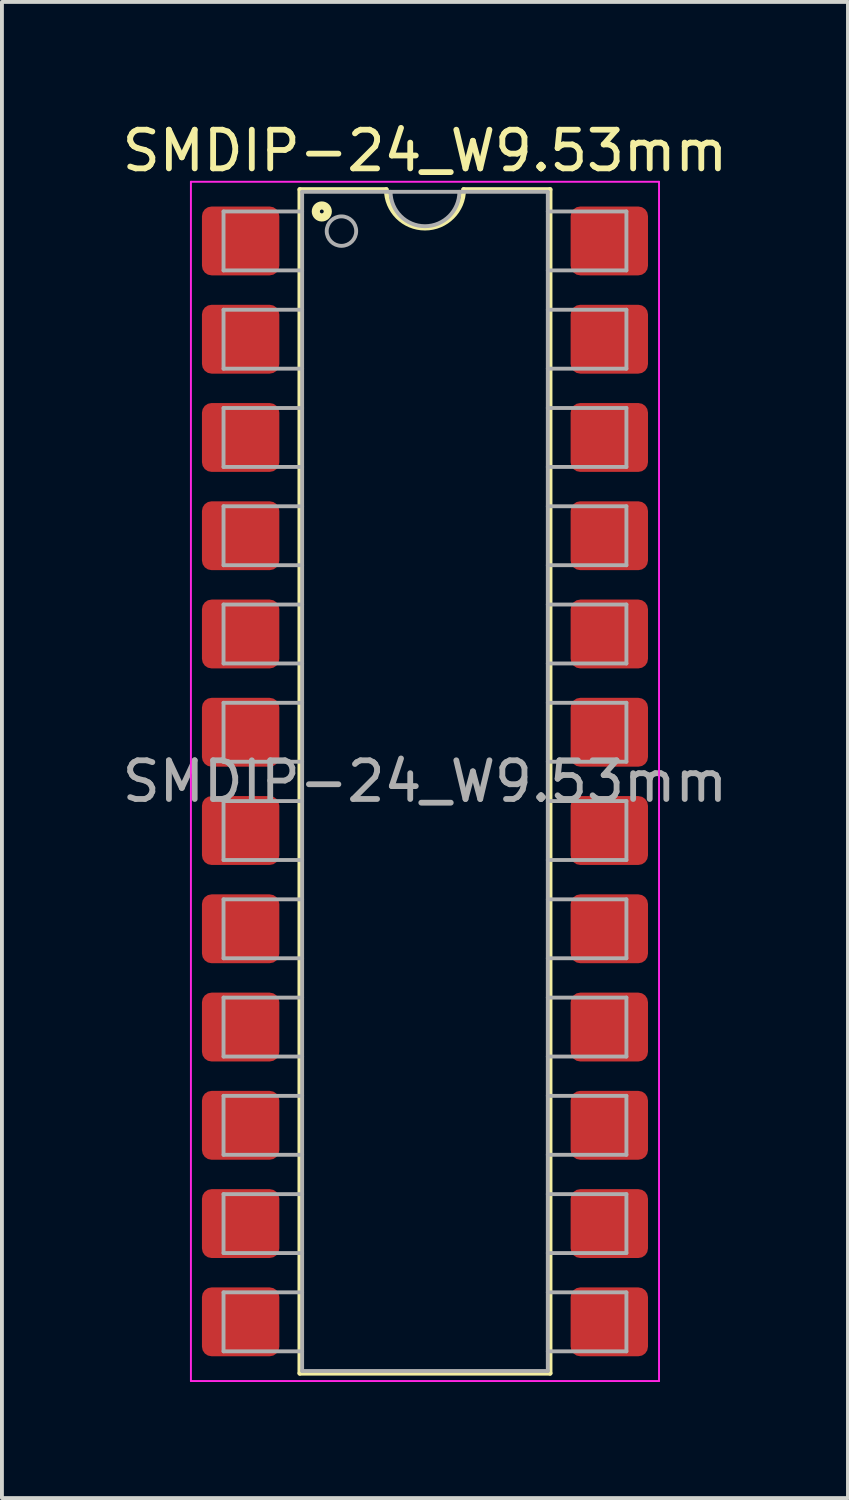
<source format=kicad_pcb>
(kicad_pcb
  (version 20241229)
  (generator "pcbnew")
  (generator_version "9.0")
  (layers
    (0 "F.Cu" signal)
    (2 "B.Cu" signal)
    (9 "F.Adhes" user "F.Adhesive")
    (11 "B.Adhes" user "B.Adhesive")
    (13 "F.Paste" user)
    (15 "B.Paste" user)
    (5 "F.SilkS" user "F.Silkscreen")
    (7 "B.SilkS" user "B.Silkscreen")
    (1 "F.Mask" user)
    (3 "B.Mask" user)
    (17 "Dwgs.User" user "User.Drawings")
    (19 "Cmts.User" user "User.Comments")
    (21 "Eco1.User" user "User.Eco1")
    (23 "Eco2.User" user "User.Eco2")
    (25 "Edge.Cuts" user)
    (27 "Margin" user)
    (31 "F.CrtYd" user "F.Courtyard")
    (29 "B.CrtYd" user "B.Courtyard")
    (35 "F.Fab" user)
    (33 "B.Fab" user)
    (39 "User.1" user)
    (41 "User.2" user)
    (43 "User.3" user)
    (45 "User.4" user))
  (footprint "SMDIP-24_W9.53mm"
    (layer "F.Cu")
    (at 7.935 17.148)
    (property "Reference" "SMDIP-24_W9.53mm" (at 0 -16.3 0) (layer "F.SilkS") (effects (font (size 1 1) (thickness 0.15))))
    (attr smd)
    (fp_line (start -3.235 -15.3) (end -3.235 15.3) (stroke (width 0.12) (type solid)) (layer "F.SilkS"))
    (fp_line (start -3.235 15.3) (end 3.235 15.3) (stroke (width 0.12) (type solid)) (layer "F.SilkS"))
    (fp_line (start -1 -15.3) (end -3.235 -15.3) (stroke (width 0.12) (type solid)) (layer "F.SilkS"))
    (fp_line (start 3.235 -15.3) (end 1 -15.3) (stroke (width 0.12) (type solid)) (layer "F.SilkS"))
    (fp_line (start 3.235 15.3) (end 3.235 -15.3) (stroke (width 0.12) (type solid)) (layer "F.SilkS"))
    (fp_arc (start 1 -15.3) (mid 0 -14.3) (end -1 -15.3) (stroke (width 0.12) (type solid)) (layer "F.SilkS"))
    (fp_circle (center -2.667 -14.732) (end -2.617 -14.732) (stroke (width 0.12) (type solid)) (fill no) (layer "F.SilkS"))
    (fp_circle (center -2.667 -14.732) (end -2.542 -14.732) (stroke (width 0.12) (type solid)) (fill no) (layer "F.SilkS"))
    (fp_circle (center -2.667 -14.732) (end -2.467 -14.732) (stroke (width 0.12) (type solid)) (fill no) (layer "F.SilkS"))
    (fp_line (start -6.05 -15.5) (end -6.05 15.5) (stroke (width 0.05) (type solid)) (layer "F.CrtYd"))
    (fp_line (start -6.05 15.5) (end 6.05 15.5) (stroke (width 0.05) (type solid)) (layer "F.CrtYd"))
    (fp_line (start 6.05 -15.5) (end -6.05 -15.5) (stroke (width 0.05) (type solid)) (layer "F.CrtYd"))
    (fp_line (start 6.05 15.5) (end 6.05 -15.5) (stroke (width 0.05) (type solid)) (layer "F.CrtYd"))
    (fp_line (start -5.207 -14.732) (end -5.207 -13.208) (stroke (width 0.1) (type solid)) (layer "F.Fab"))
    (fp_line (start -5.207 -14.732) (end -3.175 -14.732) (stroke (width 0.1) (type solid)) (layer "F.Fab"))
    (fp_line (start -5.207 -13.208) (end -3.175 -13.208) (stroke (width 0.1) (type solid)) (layer "F.Fab"))
    (fp_line (start -5.207 -12.192) (end -5.207 -10.668) (stroke (width 0.1) (type solid)) (layer "F.Fab"))
    (fp_line (start -5.207 -12.192) (end -3.175 -12.192) (stroke (width 0.1) (type solid)) (layer "F.Fab"))
    (fp_line (start -5.207 -10.668) (end -3.175 -10.668) (stroke (width 0.1) (type solid)) (layer "F.Fab"))
    (fp_line (start -5.207 -9.652) (end -5.207 -8.128) (stroke (width 0.1) (type solid)) (layer "F.Fab"))
    (fp_line (start -5.207 -9.652) (end -3.175 -9.652) (stroke (width 0.1) (type solid)) (layer "F.Fab"))
    (fp_line (start -5.207 -8.128) (end -3.175 -8.128) (stroke (width 0.1) (type solid)) (layer "F.Fab"))
    (fp_line (start -5.207 -7.112) (end -5.207 -5.588) (stroke (width 0.1) (type solid)) (layer "F.Fab"))
    (fp_line (start -5.207 -7.112) (end -3.175 -7.112) (stroke (width 0.1) (type solid)) (layer "F.Fab"))
    (fp_line (start -5.207 -5.588) (end -3.175 -5.588) (stroke (width 0.1) (type solid)) (layer "F.Fab"))
    (fp_line (start -5.207 -4.572) (end -5.207 -3.048) (stroke (width 0.1) (type solid)) (layer "F.Fab"))
    (fp_line (start -5.207 -4.572) (end -3.175 -4.572) (stroke (width 0.1) (type solid)) (layer "F.Fab"))
    (fp_line (start -5.207 -3.048) (end -3.175 -3.048) (stroke (width 0.1) (type solid)) (layer "F.Fab"))
    (fp_line (start -5.207 -2.032) (end -5.207 -0.508) (stroke (width 0.1) (type solid)) (layer "F.Fab"))
    (fp_line (start -5.207 -2.032) (end -3.175 -2.032) (stroke (width 0.1) (type solid)) (layer "F.Fab"))
    (fp_line (start -5.207 -0.508) (end -3.175 -0.508) (stroke (width 0.1) (type solid)) (layer "F.Fab"))
    (fp_line (start -5.207 0.508) (end -5.207 2.032) (stroke (width 0.1) (type solid)) (layer "F.Fab"))
    (fp_line (start -5.207 0.508) (end -3.175 0.508) (stroke (width 0.1) (type solid)) (layer "F.Fab"))
    (fp_line (start -5.207 2.032) (end -3.175 2.032) (stroke (width 0.1) (type solid)) (layer "F.Fab"))
    (fp_line (start -5.207 3.048) (end -5.207 4.572) (stroke (width 0.1) (type solid)) (layer "F.Fab"))
    (fp_line (start -5.207 3.048) (end -3.175 3.048) (stroke (width 0.1) (type solid)) (layer "F.Fab"))
    (fp_line (start -5.207 4.572) (end -3.175 4.572) (stroke (width 0.1) (type solid)) (layer "F.Fab"))
    (fp_line (start -5.207 5.588) (end -5.207 7.112) (stroke (width 0.1) (type solid)) (layer "F.Fab"))
    (fp_line (start -5.207 5.588) (end -3.175 5.588) (stroke (width 0.1) (type solid)) (layer "F.Fab"))
    (fp_line (start -5.207 7.112) (end -3.175 7.112) (stroke (width 0.1) (type solid)) (layer "F.Fab"))
    (fp_line (start -5.207 8.128) (end -5.207 9.652) (stroke (width 0.1) (type solid)) (layer "F.Fab"))
    (fp_line (start -5.207 8.128) (end -3.175 8.128) (stroke (width 0.1) (type solid)) (layer "F.Fab"))
    (fp_line (start -5.207 9.652) (end -3.175 9.652) (stroke (width 0.1) (type solid)) (layer "F.Fab"))
    (fp_line (start -5.207 10.668) (end -5.207 12.192) (stroke (width 0.1) (type solid)) (layer "F.Fab"))
    (fp_line (start -5.207 10.668) (end -3.175 10.668) (stroke (width 0.1) (type solid)) (layer "F.Fab"))
    (fp_line (start -5.207 12.192) (end -3.175 12.192) (stroke (width 0.1) (type solid)) (layer "F.Fab"))
    (fp_line (start -5.207 13.208) (end -5.207 14.732) (stroke (width 0.1) (type solid)) (layer "F.Fab"))
    (fp_line (start -5.207 13.208) (end -3.175 13.208) (stroke (width 0.1) (type solid)) (layer "F.Fab"))
    (fp_line (start -5.207 14.732) (end -3.175 14.732) (stroke (width 0.1) (type solid)) (layer "F.Fab"))
    (fp_line (start -3.175 -15.24) (end 3.175 -15.24) (stroke (width 0.1) (type solid)) (layer "F.Fab"))
    (fp_line (start -3.175 15.24) (end -3.175 -15.24) (stroke (width 0.1) (type solid)) (layer "F.Fab"))
    (fp_line (start 3.175 -15.24) (end 3.175 15.24) (stroke (width 0.1) (type solid)) (layer "F.Fab"))
    (fp_line (start 3.175 15.24) (end -3.175 15.24) (stroke (width 0.1) (type solid)) (layer "F.Fab"))
    (fp_line (start 5.207 -14.732) (end 3.175 -14.732) (stroke (width 0.1) (type solid)) (layer "F.Fab"))
    (fp_line (start 5.207 -13.208) (end 3.175 -13.208) (stroke (width 0.1) (type solid)) (layer "F.Fab"))
    (fp_line (start 5.207 -13.208) (end 5.207 -14.732) (stroke (width 0.1) (type solid)) (layer "F.Fab"))
    (fp_line (start 5.207 -12.192) (end 3.175 -12.192) (stroke (width 0.1) (type solid)) (layer "F.Fab"))
    (fp_line (start 5.207 -10.668) (end 3.175 -10.668) (stroke (width 0.1) (type solid)) (layer "F.Fab"))
    (fp_line (start 5.207 -10.668) (end 5.207 -12.192) (stroke (width 0.1) (type solid)) (layer "F.Fab"))
    (fp_line (start 5.207 -9.652) (end 3.175 -9.652) (stroke (width 0.1) (type solid)) (layer "F.Fab"))
    (fp_line (start 5.207 -8.128) (end 3.175 -8.128) (stroke (width 0.1) (type solid)) (layer "F.Fab"))
    (fp_line (start 5.207 -8.128) (end 5.207 -9.652) (stroke (width 0.1) (type solid)) (layer "F.Fab"))
    (fp_line (start 5.207 -7.112) (end 3.175 -7.112) (stroke (width 0.1) (type solid)) (layer "F.Fab"))
    (fp_line (start 5.207 -5.588) (end 3.175 -5.588) (stroke (width 0.1) (type solid)) (layer "F.Fab"))
    (fp_line (start 5.207 -5.588) (end 5.207 -7.112) (stroke (width 0.1) (type solid)) (layer "F.Fab"))
    (fp_line (start 5.207 -4.572) (end 3.175 -4.572) (stroke (width 0.1) (type solid)) (layer "F.Fab"))
    (fp_line (start 5.207 -3.048) (end 3.175 -3.048) (stroke (width 0.1) (type solid)) (layer "F.Fab"))
    (fp_line (start 5.207 -3.048) (end 5.207 -4.572) (stroke (width 0.1) (type solid)) (layer "F.Fab"))
    (fp_line (start 5.207 -2.032) (end 3.175 -2.032) (stroke (width 0.1) (type solid)) (layer "F.Fab"))
    (fp_line (start 5.207 -0.508) (end 3.175 -0.508) (stroke (width 0.1) (type solid)) (layer "F.Fab"))
    (fp_line (start 5.207 -0.508) (end 5.207 -2.032) (stroke (width 0.1) (type solid)) (layer "F.Fab"))
    (fp_line (start 5.207 0.508) (end 3.175 0.508) (stroke (width 0.1) (type solid)) (layer "F.Fab"))
    (fp_line (start 5.207 2.032) (end 3.175 2.032) (stroke (width 0.1) (type solid)) (layer "F.Fab"))
    (fp_line (start 5.207 2.032) (end 5.207 0.508) (stroke (width 0.1) (type solid)) (layer "F.Fab"))
    (fp_line (start 5.207 3.048) (end 3.175 3.048) (stroke (width 0.1) (type solid)) (layer "F.Fab"))
    (fp_line (start 5.207 4.572) (end 3.175 4.572) (stroke (width 0.1) (type solid)) (layer "F.Fab"))
    (fp_line (start 5.207 4.572) (end 5.207 3.048) (stroke (width 0.1) (type solid)) (layer "F.Fab"))
    (fp_line (start 5.207 5.588) (end 3.175 5.588) (stroke (width 0.1) (type solid)) (layer "F.Fab"))
    (fp_line (start 5.207 7.112) (end 3.175 7.112) (stroke (width 0.1) (type solid)) (layer "F.Fab"))
    (fp_line (start 5.207 7.112) (end 5.207 5.588) (stroke (width 0.1) (type solid)) (layer "F.Fab"))
    (fp_line (start 5.207 8.128) (end 3.175 8.128) (stroke (width 0.1) (type solid)) (layer "F.Fab"))
    (fp_line (start 5.207 9.652) (end 3.175 9.652) (stroke (width 0.1) (type solid)) (layer "F.Fab"))
    (fp_line (start 5.207 9.652) (end 5.207 8.128) (stroke (width 0.1) (type solid)) (layer "F.Fab"))
    (fp_line (start 5.207 10.668) (end 3.175 10.668) (stroke (width 0.1) (type solid)) (layer "F.Fab"))
    (fp_line (start 5.207 12.192) (end 3.175 12.192) (stroke (width 0.1) (type solid)) (layer "F.Fab"))
    (fp_line (start 5.207 12.192) (end 5.207 10.668) (stroke (width 0.1) (type solid)) (layer "F.Fab"))
    (fp_line (start 5.207 13.208) (end 3.175 13.208) (stroke (width 0.1) (type solid)) (layer "F.Fab"))
    (fp_line (start 5.207 14.732) (end 3.175 14.732) (stroke (width 0.1) (type solid)) (layer "F.Fab"))
    (fp_line (start 5.207 14.732) (end 5.207 13.208) (stroke (width 0.1) (type solid)) (layer "F.Fab"))
    (fp_arc (start 0.889 -15.24) (mid 0 -14.351) (end -0.889 -15.24) (stroke (width 0.1) (type solid)) (layer "F.Fab"))
    (fp_circle (center -2.159 -14.224) (end -1.778 -14.224) (stroke (width 0.1) (type solid)) (fill no) (layer "F.Fab"))
    (fp_text user "${REFERENCE}" (at 0 0 0) (layer "F.Fab") (effects (font (size 1 1) (thickness 0.15))))
    (pad "1" smd roundrect (at -4.765 -13.97) (size 2 1.78) (layers "F.Cu" "F.Mask" "F.Paste") (roundrect_rratio 0.14))
    (pad "2" smd roundrect (at -4.765 -11.43) (size 2 1.78) (layers "F.Cu" "F.Mask" "F.Paste") (roundrect_rratio 0.14))
    (pad "3" smd roundrect (at -4.765 -8.89) (size 2 1.78) (layers "F.Cu" "F.Mask" "F.Paste") (roundrect_rratio 0.14))
    (pad "4" smd roundrect (at -4.765 -6.35) (size 2 1.78) (layers "F.Cu" "F.Mask" "F.Paste") (roundrect_rratio 0.14))
    (pad "5" smd roundrect (at -4.765 -3.81) (size 2 1.78) (layers "F.Cu" "F.Mask" "F.Paste") (roundrect_rratio 0.14))
    (pad "6" smd roundrect (at -4.765 -1.27) (size 2 1.78) (layers "F.Cu" "F.Mask" "F.Paste") (roundrect_rratio 0.14))
    (pad "7" smd roundrect (at -4.765 1.27) (size 2 1.78) (layers "F.Cu" "F.Mask" "F.Paste") (roundrect_rratio 0.14))
    (pad "8" smd roundrect (at -4.765 3.81) (size 2 1.78) (layers "F.Cu" "F.Mask" "F.Paste") (roundrect_rratio 0.14))
    (pad "9" smd roundrect (at -4.765 6.35) (size 2 1.78) (layers "F.Cu" "F.Mask" "F.Paste") (roundrect_rratio 0.14))
    (pad "10" smd roundrect (at -4.765 8.89) (size 2 1.78) (layers "F.Cu" "F.Mask" "F.Paste") (roundrect_rratio 0.14))
    (pad "11" smd roundrect (at -4.765 11.43) (size 2 1.78) (layers "F.Cu" "F.Mask" "F.Paste") (roundrect_rratio 0.14))
    (pad "12" smd roundrect (at -4.765 13.97) (size 2 1.78) (layers "F.Cu" "F.Mask" "F.Paste") (roundrect_rratio 0.14))
    (pad "13" smd roundrect (at 4.765 13.97) (size 2 1.78) (layers "F.Cu" "F.Mask" "F.Paste") (roundrect_rratio 0.14))
    (pad "14" smd roundrect (at 4.765 11.43) (size 2 1.78) (layers "F.Cu" "F.Mask" "F.Paste") (roundrect_rratio 0.14))
    (pad "15" smd roundrect (at 4.765 8.89) (size 2 1.78) (layers "F.Cu" "F.Mask" "F.Paste") (roundrect_rratio 0.14))
    (pad "16" smd roundrect (at 4.765 6.35) (size 2 1.78) (layers "F.Cu" "F.Mask" "F.Paste") (roundrect_rratio 0.14))
    (pad "17" smd roundrect (at 4.765 3.81) (size 2 1.78) (layers "F.Cu" "F.Mask" "F.Paste") (roundrect_rratio 0.14))
    (pad "18" smd roundrect (at 4.765 1.27) (size 2 1.78) (layers "F.Cu" "F.Mask" "F.Paste") (roundrect_rratio 0.14))
    (pad "19" smd roundrect (at 4.765 -1.27) (size 2 1.78) (layers "F.Cu" "F.Mask" "F.Paste") (roundrect_rratio 0.14))
    (pad "20" smd roundrect (at 4.765 -3.81) (size 2 1.78) (layers "F.Cu" "F.Mask" "F.Paste") (roundrect_rratio 0.14))
    (pad "21" smd roundrect (at 4.765 -6.35) (size 2 1.78) (layers "F.Cu" "F.Mask" "F.Paste") (roundrect_rratio 0.14))
    (pad "22" smd roundrect (at 4.765 -8.89) (size 2 1.78) (layers "F.Cu" "F.Mask" "F.Paste") (roundrect_rratio 0.14))
    (pad "23" smd roundrect (at 4.765 -11.43) (size 2 1.78) (layers "F.Cu" "F.Mask" "F.Paste") (roundrect_rratio 0.14))
    (pad "24" smd roundrect (at 4.765 -13.97) (size 2 1.78) (layers "F.Cu" "F.Mask" "F.Paste") (roundrect_rratio 0.14)))
  (gr_rect
    (start -3 -3)
    (end 18.869 35.673)
    (stroke (width 0.1) (type default))
    (fill no)
    (layer "Edge.Cuts")))
</source>
